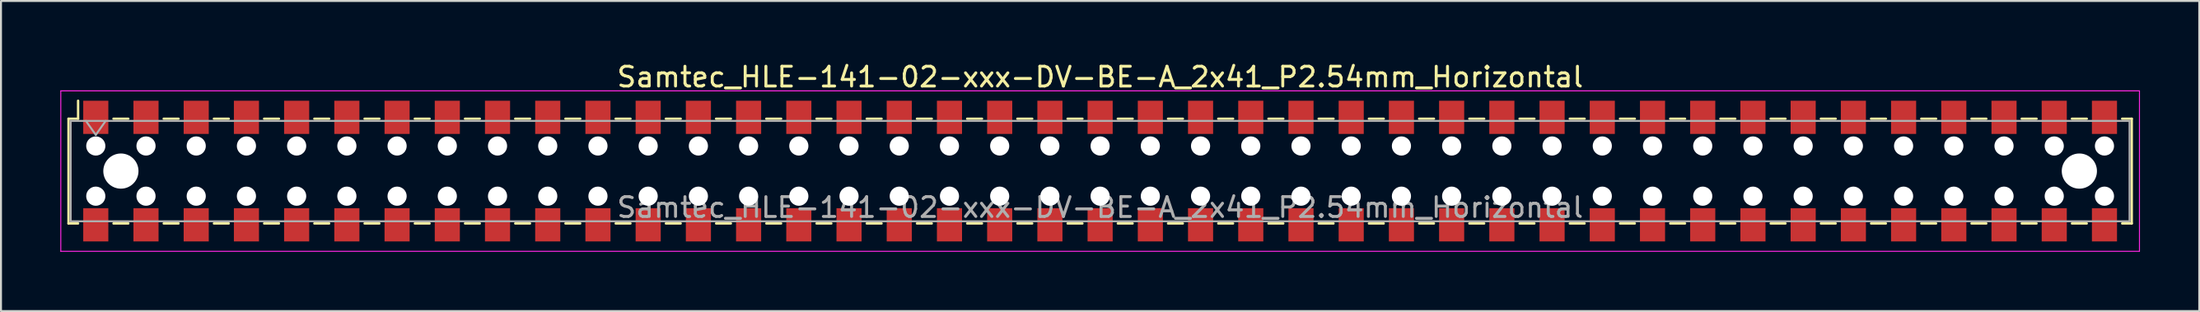
<source format=kicad_pcb>
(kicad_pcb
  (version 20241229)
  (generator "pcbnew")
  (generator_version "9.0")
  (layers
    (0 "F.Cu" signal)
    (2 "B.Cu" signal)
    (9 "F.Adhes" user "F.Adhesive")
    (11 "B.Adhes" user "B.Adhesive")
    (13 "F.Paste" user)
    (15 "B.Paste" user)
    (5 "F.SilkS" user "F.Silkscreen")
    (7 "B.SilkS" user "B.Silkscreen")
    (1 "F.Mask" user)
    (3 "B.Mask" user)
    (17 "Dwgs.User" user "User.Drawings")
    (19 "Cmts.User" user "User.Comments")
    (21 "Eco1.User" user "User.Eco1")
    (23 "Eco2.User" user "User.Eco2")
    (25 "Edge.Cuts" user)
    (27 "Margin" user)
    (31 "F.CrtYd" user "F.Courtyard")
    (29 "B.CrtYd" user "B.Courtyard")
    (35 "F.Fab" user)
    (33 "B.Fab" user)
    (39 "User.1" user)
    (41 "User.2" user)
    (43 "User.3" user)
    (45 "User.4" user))
  (footprint "Samtec_HLE-141-02-xxx-DV-BE-A_2x41_P2.54mm_Horizontal"
    (layer "F.Cu")
    (at 52.595 5.608)
    (property "Reference" "Samtec_HLE-141-02-xxx-DV-BE-A_2x41_P2.54mm_Horizontal" (at 0 -4.76 0) (layer "F.SilkS") (effects (font (size 1 1) (thickness 0.15))))
    (attr smd)
    (fp_line (start -52.18 -2.65) (end -52.18 2.65) (stroke (width 0.12) (type solid)) (layer "F.SilkS"))
    (fp_line (start -52.18 2.65) (end -51.695 2.65) (stroke (width 0.12) (type solid)) (layer "F.SilkS"))
    (fp_line (start -51.695 -3.56) (end -51.695 -2.65) (stroke (width 0.12) (type solid)) (layer "F.SilkS"))
    (fp_line (start -51.695 -2.65) (end -52.18 -2.65) (stroke (width 0.12) (type solid)) (layer "F.SilkS"))
    (fp_line (start -49.905 -2.65) (end -49.155 -2.65) (stroke (width 0.12) (type solid)) (layer "F.SilkS"))
    (fp_line (start -49.905 2.65) (end -49.155 2.65) (stroke (width 0.12) (type solid)) (layer "F.SilkS"))
    (fp_line (start -47.365 -2.65) (end -46.615 -2.65) (stroke (width 0.12) (type solid)) (layer "F.SilkS"))
    (fp_line (start -47.365 2.65) (end -46.615 2.65) (stroke (width 0.12) (type solid)) (layer "F.SilkS"))
    (fp_line (start -44.825 -2.65) (end -44.075 -2.65) (stroke (width 0.12) (type solid)) (layer "F.SilkS"))
    (fp_line (start -44.825 2.65) (end -44.075 2.65) (stroke (width 0.12) (type solid)) (layer "F.SilkS"))
    (fp_line (start -42.285 -2.65) (end -41.535 -2.65) (stroke (width 0.12) (type solid)) (layer "F.SilkS"))
    (fp_line (start -42.285 2.65) (end -41.535 2.65) (stroke (width 0.12) (type solid)) (layer "F.SilkS"))
    (fp_line (start -39.745 -2.65) (end -38.995 -2.65) (stroke (width 0.12) (type solid)) (layer "F.SilkS"))
    (fp_line (start -39.745 2.65) (end -38.995 2.65) (stroke (width 0.12) (type solid)) (layer "F.SilkS"))
    (fp_line (start -37.205 -2.65) (end -36.455 -2.65) (stroke (width 0.12) (type solid)) (layer "F.SilkS"))
    (fp_line (start -37.205 2.65) (end -36.455 2.65) (stroke (width 0.12) (type solid)) (layer "F.SilkS"))
    (fp_line (start -34.665 -2.65) (end -33.915 -2.65) (stroke (width 0.12) (type solid)) (layer "F.SilkS"))
    (fp_line (start -34.665 2.65) (end -33.915 2.65) (stroke (width 0.12) (type solid)) (layer "F.SilkS"))
    (fp_line (start -32.125 -2.65) (end -31.375 -2.65) (stroke (width 0.12) (type solid)) (layer "F.SilkS"))
    (fp_line (start -32.125 2.65) (end -31.375 2.65) (stroke (width 0.12) (type solid)) (layer "F.SilkS"))
    (fp_line (start -29.585 -2.65) (end -28.835 -2.65) (stroke (width 0.12) (type solid)) (layer "F.SilkS"))
    (fp_line (start -29.585 2.65) (end -28.835 2.65) (stroke (width 0.12) (type solid)) (layer "F.SilkS"))
    (fp_line (start -27.045 -2.65) (end -26.295 -2.65) (stroke (width 0.12) (type solid)) (layer "F.SilkS"))
    (fp_line (start -27.045 2.65) (end -26.295 2.65) (stroke (width 0.12) (type solid)) (layer "F.SilkS"))
    (fp_line (start -24.505 -2.65) (end -23.755 -2.65) (stroke (width 0.12) (type solid)) (layer "F.SilkS"))
    (fp_line (start -24.505 2.65) (end -23.755 2.65) (stroke (width 0.12) (type solid)) (layer "F.SilkS"))
    (fp_line (start -21.965 -2.65) (end -21.215 -2.65) (stroke (width 0.12) (type solid)) (layer "F.SilkS"))
    (fp_line (start -21.965 2.65) (end -21.215 2.65) (stroke (width 0.12) (type solid)) (layer "F.SilkS"))
    (fp_line (start -19.425 -2.65) (end -18.675 -2.65) (stroke (width 0.12) (type solid)) (layer "F.SilkS"))
    (fp_line (start -19.425 2.65) (end -18.675 2.65) (stroke (width 0.12) (type solid)) (layer "F.SilkS"))
    (fp_line (start -16.885 -2.65) (end -16.135 -2.65) (stroke (width 0.12) (type solid)) (layer "F.SilkS"))
    (fp_line (start -16.885 2.65) (end -16.135 2.65) (stroke (width 0.12) (type solid)) (layer "F.SilkS"))
    (fp_line (start -14.345 -2.65) (end -13.595 -2.65) (stroke (width 0.12) (type solid)) (layer "F.SilkS"))
    (fp_line (start -14.345 2.65) (end -13.595 2.65) (stroke (width 0.12) (type solid)) (layer "F.SilkS"))
    (fp_line (start -11.805 -2.65) (end -11.055 -2.65) (stroke (width 0.12) (type solid)) (layer "F.SilkS"))
    (fp_line (start -11.805 2.65) (end -11.055 2.65) (stroke (width 0.12) (type solid)) (layer "F.SilkS"))
    (fp_line (start -9.265 -2.65) (end -8.515 -2.65) (stroke (width 0.12) (type solid)) (layer "F.SilkS"))
    (fp_line (start -9.265 2.65) (end -8.515 2.65) (stroke (width 0.12) (type solid)) (layer "F.SilkS"))
    (fp_line (start -6.725 -2.65) (end -5.975 -2.65) (stroke (width 0.12) (type solid)) (layer "F.SilkS"))
    (fp_line (start -6.725 2.65) (end -5.975 2.65) (stroke (width 0.12) (type solid)) (layer "F.SilkS"))
    (fp_line (start -4.185 -2.65) (end -3.435 -2.65) (stroke (width 0.12) (type solid)) (layer "F.SilkS"))
    (fp_line (start -4.185 2.65) (end -3.435 2.65) (stroke (width 0.12) (type solid)) (layer "F.SilkS"))
    (fp_line (start -1.645 -2.65) (end -0.895 -2.65) (stroke (width 0.12) (type solid)) (layer "F.SilkS"))
    (fp_line (start -1.645 2.65) (end -0.895 2.65) (stroke (width 0.12) (type solid)) (layer "F.SilkS"))
    (fp_line (start 0.895 -2.65) (end 1.645 -2.65) (stroke (width 0.12) (type solid)) (layer "F.SilkS"))
    (fp_line (start 0.895 2.65) (end 1.645 2.65) (stroke (width 0.12) (type solid)) (layer "F.SilkS"))
    (fp_line (start 3.435 -2.65) (end 4.185 -2.65) (stroke (width 0.12) (type solid)) (layer "F.SilkS"))
    (fp_line (start 3.435 2.65) (end 4.185 2.65) (stroke (width 0.12) (type solid)) (layer "F.SilkS"))
    (fp_line (start 5.975 -2.65) (end 6.725 -2.65) (stroke (width 0.12) (type solid)) (layer "F.SilkS"))
    (fp_line (start 5.975 2.65) (end 6.725 2.65) (stroke (width 0.12) (type solid)) (layer "F.SilkS"))
    (fp_line (start 8.515 -2.65) (end 9.265 -2.65) (stroke (width 0.12) (type solid)) (layer "F.SilkS"))
    (fp_line (start 8.515 2.65) (end 9.265 2.65) (stroke (width 0.12) (type solid)) (layer "F.SilkS"))
    (fp_line (start 11.055 -2.65) (end 11.805 -2.65) (stroke (width 0.12) (type solid)) (layer "F.SilkS"))
    (fp_line (start 11.055 2.65) (end 11.805 2.65) (stroke (width 0.12) (type solid)) (layer "F.SilkS"))
    (fp_line (start 13.595 -2.65) (end 14.345 -2.65) (stroke (width 0.12) (type solid)) (layer "F.SilkS"))
    (fp_line (start 13.595 2.65) (end 14.345 2.65) (stroke (width 0.12) (type solid)) (layer "F.SilkS"))
    (fp_line (start 16.135 -2.65) (end 16.885 -2.65) (stroke (width 0.12) (type solid)) (layer "F.SilkS"))
    (fp_line (start 16.135 2.65) (end 16.885 2.65) (stroke (width 0.12) (type solid)) (layer "F.SilkS"))
    (fp_line (start 18.675 -2.65) (end 19.425 -2.65) (stroke (width 0.12) (type solid)) (layer "F.SilkS"))
    (fp_line (start 18.675 2.65) (end 19.425 2.65) (stroke (width 0.12) (type solid)) (layer "F.SilkS"))
    (fp_line (start 21.215 -2.65) (end 21.965 -2.65) (stroke (width 0.12) (type solid)) (layer "F.SilkS"))
    (fp_line (start 21.215 2.65) (end 21.965 2.65) (stroke (width 0.12) (type solid)) (layer "F.SilkS"))
    (fp_line (start 23.755 -2.65) (end 24.505 -2.65) (stroke (width 0.12) (type solid)) (layer "F.SilkS"))
    (fp_line (start 23.755 2.65) (end 24.505 2.65) (stroke (width 0.12) (type solid)) (layer "F.SilkS"))
    (fp_line (start 26.295 -2.65) (end 27.045 -2.65) (stroke (width 0.12) (type solid)) (layer "F.SilkS"))
    (fp_line (start 26.295 2.65) (end 27.045 2.65) (stroke (width 0.12) (type solid)) (layer "F.SilkS"))
    (fp_line (start 28.835 -2.65) (end 29.585 -2.65) (stroke (width 0.12) (type solid)) (layer "F.SilkS"))
    (fp_line (start 28.835 2.65) (end 29.585 2.65) (stroke (width 0.12) (type solid)) (layer "F.SilkS"))
    (fp_line (start 31.375 -2.65) (end 32.125 -2.65) (stroke (width 0.12) (type solid)) (layer "F.SilkS"))
    (fp_line (start 31.375 2.65) (end 32.125 2.65) (stroke (width 0.12) (type solid)) (layer "F.SilkS"))
    (fp_line (start 33.915 -2.65) (end 34.665 -2.65) (stroke (width 0.12) (type solid)) (layer "F.SilkS"))
    (fp_line (start 33.915 2.65) (end 34.665 2.65) (stroke (width 0.12) (type solid)) (layer "F.SilkS"))
    (fp_line (start 36.455 -2.65) (end 37.205 -2.65) (stroke (width 0.12) (type solid)) (layer "F.SilkS"))
    (fp_line (start 36.455 2.65) (end 37.205 2.65) (stroke (width 0.12) (type solid)) (layer "F.SilkS"))
    (fp_line (start 38.995 -2.65) (end 39.745 -2.65) (stroke (width 0.12) (type solid)) (layer "F.SilkS"))
    (fp_line (start 38.995 2.65) (end 39.745 2.65) (stroke (width 0.12) (type solid)) (layer "F.SilkS"))
    (fp_line (start 41.535 -2.65) (end 42.285 -2.65) (stroke (width 0.12) (type solid)) (layer "F.SilkS"))
    (fp_line (start 41.535 2.65) (end 42.285 2.65) (stroke (width 0.12) (type solid)) (layer "F.SilkS"))
    (fp_line (start 44.075 -2.65) (end 44.825 -2.65) (stroke (width 0.12) (type solid)) (layer "F.SilkS"))
    (fp_line (start 44.075 2.65) (end 44.825 2.65) (stroke (width 0.12) (type solid)) (layer "F.SilkS"))
    (fp_line (start 46.615 -2.65) (end 47.365 -2.65) (stroke (width 0.12) (type solid)) (layer "F.SilkS"))
    (fp_line (start 46.615 2.65) (end 47.365 2.65) (stroke (width 0.12) (type solid)) (layer "F.SilkS"))
    (fp_line (start 49.155 -2.65) (end 49.905 -2.65) (stroke (width 0.12) (type solid)) (layer "F.SilkS"))
    (fp_line (start 49.155 2.65) (end 49.905 2.65) (stroke (width 0.12) (type solid)) (layer "F.SilkS"))
    (fp_line (start 51.695 -2.65) (end 52.18 -2.65) (stroke (width 0.12) (type solid)) (layer "F.SilkS"))
    (fp_line (start 52.18 -2.65) (end 52.18 2.65) (stroke (width 0.12) (type solid)) (layer "F.SilkS"))
    (fp_line (start 52.18 2.65) (end 51.695 2.65) (stroke (width 0.12) (type solid)) (layer "F.SilkS"))
    (fp_line (start -52.57 -4.06) (end 52.57 -4.06) (stroke (width 0.05) (type solid)) (layer "F.CrtYd"))
    (fp_line (start -52.57 4.06) (end -52.57 -4.06) (stroke (width 0.05) (type solid)) (layer "F.CrtYd"))
    (fp_line (start 52.57 -4.06) (end 52.57 4.06) (stroke (width 0.05) (type solid)) (layer "F.CrtYd"))
    (fp_line (start 52.57 4.06) (end -52.57 4.06) (stroke (width 0.05) (type solid)) (layer "F.CrtYd"))
    (fp_line (start -52.07 -2.54) (end 52.07 -2.54) (stroke (width 0.1) (type solid)) (layer "F.Fab"))
    (fp_line (start -52.07 2.54) (end -52.07 -2.54) (stroke (width 0.1) (type solid)) (layer "F.Fab"))
    (fp_line (start -51.3 -2.54) (end -50.8 -1.833) (stroke (width 0.1) (type solid)) (layer "F.Fab"))
    (fp_line (start -50.8 -1.833) (end -50.3 -2.54) (stroke (width 0.1) (type solid)) (layer "F.Fab"))
    (fp_line (start 52.07 -2.54) (end 52.07 2.54) (stroke (width 0.1) (type solid)) (layer "F.Fab"))
    (fp_line (start 52.07 2.54) (end -52.07 2.54) (stroke (width 0.1) (type solid)) (layer "F.Fab"))
    (fp_text user "${REFERENCE}" (at 0 1.84 0) (layer "F.Fab") (effects (font (size 1 1) (thickness 0.15))))
    (pad "" np_thru_hole circle (at -50.8 -1.27) (size 0.97 0.97) (drill 0.97) (layers "*.Cu" "*.Mask"))
    (pad "" np_thru_hole circle (at -50.8 1.27) (size 0.97 0.97) (drill 0.97) (layers "*.Cu" "*.Mask"))
    (pad "" np_thru_hole circle (at -49.53 0) (size 1.78 1.78) (drill 1.78) (layers "*.Cu" "*.Mask"))
    (pad "" np_thru_hole circle (at -48.26 -1.27) (size 0.97 0.97) (drill 0.97) (layers "*.Cu" "*.Mask"))
    (pad "" np_thru_hole circle (at -48.26 1.27) (size 0.97 0.97) (drill 0.97) (layers "*.Cu" "*.Mask"))
    (pad "" np_thru_hole circle (at -45.72 -1.27) (size 0.97 0.97) (drill 0.97) (layers "*.Cu" "*.Mask"))
    (pad "" np_thru_hole circle (at -45.72 1.27) (size 0.97 0.97) (drill 0.97) (layers "*.Cu" "*.Mask"))
    (pad "" np_thru_hole circle (at -43.18 -1.27) (size 0.97 0.97) (drill 0.97) (layers "*.Cu" "*.Mask"))
    (pad "" np_thru_hole circle (at -43.18 1.27) (size 0.97 0.97) (drill 0.97) (layers "*.Cu" "*.Mask"))
    (pad "" np_thru_hole circle (at -40.64 -1.27) (size 0.97 0.97) (drill 0.97) (layers "*.Cu" "*.Mask"))
    (pad "" np_thru_hole circle (at -40.64 1.27) (size 0.97 0.97) (drill 0.97) (layers "*.Cu" "*.Mask"))
    (pad "" np_thru_hole circle (at -38.1 -1.27) (size 0.97 0.97) (drill 0.97) (layers "*.Cu" "*.Mask"))
    (pad "" np_thru_hole circle (at -38.1 1.27) (size 0.97 0.97) (drill 0.97) (layers "*.Cu" "*.Mask"))
    (pad "" np_thru_hole circle (at -35.56 -1.27) (size 0.97 0.97) (drill 0.97) (layers "*.Cu" "*.Mask"))
    (pad "" np_thru_hole circle (at -35.56 1.27) (size 0.97 0.97) (drill 0.97) (layers "*.Cu" "*.Mask"))
    (pad "" np_thru_hole circle (at -33.02 -1.27) (size 0.97 0.97) (drill 0.97) (layers "*.Cu" "*.Mask"))
    (pad "" np_thru_hole circle (at -33.02 1.27) (size 0.97 0.97) (drill 0.97) (layers "*.Cu" "*.Mask"))
    (pad "" np_thru_hole circle (at -30.48 -1.27) (size 0.97 0.97) (drill 0.97) (layers "*.Cu" "*.Mask"))
    (pad "" np_thru_hole circle (at -30.48 1.27) (size 0.97 0.97) (drill 0.97) (layers "*.Cu" "*.Mask"))
    (pad "" np_thru_hole circle (at -27.94 -1.27) (size 0.97 0.97) (drill 0.97) (layers "*.Cu" "*.Mask"))
    (pad "" np_thru_hole circle (at -27.94 1.27) (size 0.97 0.97) (drill 0.97) (layers "*.Cu" "*.Mask"))
    (pad "" np_thru_hole circle (at -25.4 -1.27) (size 0.97 0.97) (drill 0.97) (layers "*.Cu" "*.Mask"))
    (pad "" np_thru_hole circle (at -25.4 1.27) (size 0.97 0.97) (drill 0.97) (layers "*.Cu" "*.Mask"))
    (pad "" np_thru_hole circle (at -22.86 -1.27) (size 0.97 0.97) (drill 0.97) (layers "*.Cu" "*.Mask"))
    (pad "" np_thru_hole circle (at -22.86 1.27) (size 0.97 0.97) (drill 0.97) (layers "*.Cu" "*.Mask"))
    (pad "" np_thru_hole circle (at -20.32 -1.27) (size 0.97 0.97) (drill 0.97) (layers "*.Cu" "*.Mask"))
    (pad "" np_thru_hole circle (at -20.32 1.27) (size 0.97 0.97) (drill 0.97) (layers "*.Cu" "*.Mask"))
    (pad "" np_thru_hole circle (at -17.78 -1.27) (size 0.97 0.97) (drill 0.97) (layers "*.Cu" "*.Mask"))
    (pad "" np_thru_hole circle (at -17.78 1.27) (size 0.97 0.97) (drill 0.97) (layers "*.Cu" "*.Mask"))
    (pad "" np_thru_hole circle (at -15.24 -1.27) (size 0.97 0.97) (drill 0.97) (layers "*.Cu" "*.Mask"))
    (pad "" np_thru_hole circle (at -15.24 1.27) (size 0.97 0.97) (drill 0.97) (layers "*.Cu" "*.Mask"))
    (pad "" np_thru_hole circle (at -12.7 -1.27) (size 0.97 0.97) (drill 0.97) (layers "*.Cu" "*.Mask"))
    (pad "" np_thru_hole circle (at -12.7 1.27) (size 0.97 0.97) (drill 0.97) (layers "*.Cu" "*.Mask"))
    (pad "" np_thru_hole circle (at -10.16 -1.27) (size 0.97 0.97) (drill 0.97) (layers "*.Cu" "*.Mask"))
    (pad "" np_thru_hole circle (at -10.16 1.27) (size 0.97 0.97) (drill 0.97) (layers "*.Cu" "*.Mask"))
    (pad "" np_thru_hole circle (at -7.62 -1.27) (size 0.97 0.97) (drill 0.97) (layers "*.Cu" "*.Mask"))
    (pad "" np_thru_hole circle (at -7.62 1.27) (size 0.97 0.97) (drill 0.97) (layers "*.Cu" "*.Mask"))
    (pad "" np_thru_hole circle (at -5.08 -1.27) (size 0.97 0.97) (drill 0.97) (layers "*.Cu" "*.Mask"))
    (pad "" np_thru_hole circle (at -5.08 1.27) (size 0.97 0.97) (drill 0.97) (layers "*.Cu" "*.Mask"))
    (pad "" np_thru_hole circle (at -2.54 -1.27) (size 0.97 0.97) (drill 0.97) (layers "*.Cu" "*.Mask"))
    (pad "" np_thru_hole circle (at -2.54 1.27) (size 0.97 0.97) (drill 0.97) (layers "*.Cu" "*.Mask"))
    (pad "" np_thru_hole circle (at 0 -1.27) (size 0.97 0.97) (drill 0.97) (layers "*.Cu" "*.Mask"))
    (pad "" np_thru_hole circle (at 0 1.27) (size 0.97 0.97) (drill 0.97) (layers "*.Cu" "*.Mask"))
    (pad "" np_thru_hole circle (at 2.54 -1.27) (size 0.97 0.97) (drill 0.97) (layers "*.Cu" "*.Mask"))
    (pad "" np_thru_hole circle (at 2.54 1.27) (size 0.97 0.97) (drill 0.97) (layers "*.Cu" "*.Mask"))
    (pad "" np_thru_hole circle (at 5.08 -1.27) (size 0.97 0.97) (drill 0.97) (layers "*.Cu" "*.Mask"))
    (pad "" np_thru_hole circle (at 5.08 1.27) (size 0.97 0.97) (drill 0.97) (layers "*.Cu" "*.Mask"))
    (pad "" np_thru_hole circle (at 7.62 -1.27) (size 0.97 0.97) (drill 0.97) (layers "*.Cu" "*.Mask"))
    (pad "" np_thru_hole circle (at 7.62 1.27) (size 0.97 0.97) (drill 0.97) (layers "*.Cu" "*.Mask"))
    (pad "" np_thru_hole circle (at 10.16 -1.27) (size 0.97 0.97) (drill 0.97) (layers "*.Cu" "*.Mask"))
    (pad "" np_thru_hole circle (at 10.16 1.27) (size 0.97 0.97) (drill 0.97) (layers "*.Cu" "*.Mask"))
    (pad "" np_thru_hole circle (at 12.7 -1.27) (size 0.97 0.97) (drill 0.97) (layers "*.Cu" "*.Mask"))
    (pad "" np_thru_hole circle (at 12.7 1.27) (size 0.97 0.97) (drill 0.97) (layers "*.Cu" "*.Mask"))
    (pad "" np_thru_hole circle (at 15.24 -1.27) (size 0.97 0.97) (drill 0.97) (layers "*.Cu" "*.Mask"))
    (pad "" np_thru_hole circle (at 15.24 1.27) (size 0.97 0.97) (drill 0.97) (layers "*.Cu" "*.Mask"))
    (pad "" np_thru_hole circle (at 17.78 -1.27) (size 0.97 0.97) (drill 0.97) (layers "*.Cu" "*.Mask"))
    (pad "" np_thru_hole circle (at 17.78 1.27) (size 0.97 0.97) (drill 0.97) (layers "*.Cu" "*.Mask"))
    (pad "" np_thru_hole circle (at 20.32 -1.27) (size 0.97 0.97) (drill 0.97) (layers "*.Cu" "*.Mask"))
    (pad "" np_thru_hole circle (at 20.32 1.27) (size 0.97 0.97) (drill 0.97) (layers "*.Cu" "*.Mask"))
    (pad "" np_thru_hole circle (at 22.86 -1.27) (size 0.97 0.97) (drill 0.97) (layers "*.Cu" "*.Mask"))
    (pad "" np_thru_hole circle (at 22.86 1.27) (size 0.97 0.97) (drill 0.97) (layers "*.Cu" "*.Mask"))
    (pad "" np_thru_hole circle (at 25.4 -1.27) (size 0.97 0.97) (drill 0.97) (layers "*.Cu" "*.Mask"))
    (pad "" np_thru_hole circle (at 25.4 1.27) (size 0.97 0.97) (drill 0.97) (layers "*.Cu" "*.Mask"))
    (pad "" np_thru_hole circle (at 27.94 -1.27) (size 0.97 0.97) (drill 0.97) (layers "*.Cu" "*.Mask"))
    (pad "" np_thru_hole circle (at 27.94 1.27) (size 0.97 0.97) (drill 0.97) (layers "*.Cu" "*.Mask"))
    (pad "" np_thru_hole circle (at 30.48 -1.27) (size 0.97 0.97) (drill 0.97) (layers "*.Cu" "*.Mask"))
    (pad "" np_thru_hole circle (at 30.48 1.27) (size 0.97 0.97) (drill 0.97) (layers "*.Cu" "*.Mask"))
    (pad "" np_thru_hole circle (at 33.02 -1.27) (size 0.97 0.97) (drill 0.97) (layers "*.Cu" "*.Mask"))
    (pad "" np_thru_hole circle (at 33.02 1.27) (size 0.97 0.97) (drill 0.97) (layers "*.Cu" "*.Mask"))
    (pad "" np_thru_hole circle (at 35.56 -1.27) (size 0.97 0.97) (drill 0.97) (layers "*.Cu" "*.Mask"))
    (pad "" np_thru_hole circle (at 35.56 1.27) (size 0.97 0.97) (drill 0.97) (layers "*.Cu" "*.Mask"))
    (pad "" np_thru_hole circle (at 38.1 -1.27) (size 0.97 0.97) (drill 0.97) (layers "*.Cu" "*.Mask"))
    (pad "" np_thru_hole circle (at 38.1 1.27) (size 0.97 0.97) (drill 0.97) (layers "*.Cu" "*.Mask"))
    (pad "" np_thru_hole circle (at 40.64 -1.27) (size 0.97 0.97) (drill 0.97) (layers "*.Cu" "*.Mask"))
    (pad "" np_thru_hole circle (at 40.64 1.27) (size 0.97 0.97) (drill 0.97) (layers "*.Cu" "*.Mask"))
    (pad "" np_thru_hole circle (at 43.18 -1.27) (size 0.97 0.97) (drill 0.97) (layers "*.Cu" "*.Mask"))
    (pad "" np_thru_hole circle (at 43.18 1.27) (size 0.97 0.97) (drill 0.97) (layers "*.Cu" "*.Mask"))
    (pad "" np_thru_hole circle (at 45.72 -1.27) (size 0.97 0.97) (drill 0.97) (layers "*.Cu" "*.Mask"))
    (pad "" np_thru_hole circle (at 45.72 1.27) (size 0.97 0.97) (drill 0.97) (layers "*.Cu" "*.Mask"))
    (pad "" np_thru_hole circle (at 48.26 -1.27) (size 0.97 0.97) (drill 0.97) (layers "*.Cu" "*.Mask"))
    (pad "" np_thru_hole circle (at 48.26 1.27) (size 0.97 0.97) (drill 0.97) (layers "*.Cu" "*.Mask"))
    (pad "" np_thru_hole circle (at 49.53 0) (size 1.78 1.78) (drill 1.78) (layers "*.Cu" "*.Mask"))
    (pad "" np_thru_hole circle (at 50.8 -1.27) (size 0.97 0.97) (drill 0.97) (layers "*.Cu" "*.Mask"))
    (pad "" np_thru_hole circle (at 50.8 1.27) (size 0.97 0.97) (drill 0.97) (layers "*.Cu" "*.Mask"))
    (pad "1" smd rect (at -50.8 -2.72) (size 1.27 1.68) (layers "F.Cu" "F.Mask" "F.Paste"))
    (pad "2" smd rect (at -50.8 2.72) (size 1.27 1.68) (layers "F.Cu" "F.Mask" "F.Paste"))
    (pad "3" smd rect (at -48.26 -2.72) (size 1.27 1.68) (layers "F.Cu" "F.Mask" "F.Paste"))
    (pad "4" smd rect (at -48.26 2.72) (size 1.27 1.68) (layers "F.Cu" "F.Mask" "F.Paste"))
    (pad "5" smd rect (at -45.72 -2.72) (size 1.27 1.68) (layers "F.Cu" "F.Mask" "F.Paste"))
    (pad "6" smd rect (at -45.72 2.72) (size 1.27 1.68) (layers "F.Cu" "F.Mask" "F.Paste"))
    (pad "7" smd rect (at -43.18 -2.72) (size 1.27 1.68) (layers "F.Cu" "F.Mask" "F.Paste"))
    (pad "8" smd rect (at -43.18 2.72) (size 1.27 1.68) (layers "F.Cu" "F.Mask" "F.Paste"))
    (pad "9" smd rect (at -40.64 -2.72) (size 1.27 1.68) (layers "F.Cu" "F.Mask" "F.Paste"))
    (pad "10" smd rect (at -40.64 2.72) (size 1.27 1.68) (layers "F.Cu" "F.Mask" "F.Paste"))
    (pad "11" smd rect (at -38.1 -2.72) (size 1.27 1.68) (layers "F.Cu" "F.Mask" "F.Paste"))
    (pad "12" smd rect (at -38.1 2.72) (size 1.27 1.68) (layers "F.Cu" "F.Mask" "F.Paste"))
    (pad "13" smd rect (at -35.56 -2.72) (size 1.27 1.68) (layers "F.Cu" "F.Mask" "F.Paste"))
    (pad "14" smd rect (at -35.56 2.72) (size 1.27 1.68) (layers "F.Cu" "F.Mask" "F.Paste"))
    (pad "15" smd rect (at -33.02 -2.72) (size 1.27 1.68) (layers "F.Cu" "F.Mask" "F.Paste"))
    (pad "16" smd rect (at -33.02 2.72) (size 1.27 1.68) (layers "F.Cu" "F.Mask" "F.Paste"))
    (pad "17" smd rect (at -30.48 -2.72) (size 1.27 1.68) (layers "F.Cu" "F.Mask" "F.Paste"))
    (pad "18" smd rect (at -30.48 2.72) (size 1.27 1.68) (layers "F.Cu" "F.Mask" "F.Paste"))
    (pad "19" smd rect (at -27.94 -2.72) (size 1.27 1.68) (layers "F.Cu" "F.Mask" "F.Paste"))
    (pad "20" smd rect (at -27.94 2.72) (size 1.27 1.68) (layers "F.Cu" "F.Mask" "F.Paste"))
    (pad "21" smd rect (at -25.4 -2.72) (size 1.27 1.68) (layers "F.Cu" "F.Mask" "F.Paste"))
    (pad "22" smd rect (at -25.4 2.72) (size 1.27 1.68) (layers "F.Cu" "F.Mask" "F.Paste"))
    (pad "23" smd rect (at -22.86 -2.72) (size 1.27 1.68) (layers "F.Cu" "F.Mask" "F.Paste"))
    (pad "24" smd rect (at -22.86 2.72) (size 1.27 1.68) (layers "F.Cu" "F.Mask" "F.Paste"))
    (pad "25" smd rect (at -20.32 -2.72) (size 1.27 1.68) (layers "F.Cu" "F.Mask" "F.Paste"))
    (pad "26" smd rect (at -20.32 2.72) (size 1.27 1.68) (layers "F.Cu" "F.Mask" "F.Paste"))
    (pad "27" smd rect (at -17.78 -2.72) (size 1.27 1.68) (layers "F.Cu" "F.Mask" "F.Paste"))
    (pad "28" smd rect (at -17.78 2.72) (size 1.27 1.68) (layers "F.Cu" "F.Mask" "F.Paste"))
    (pad "29" smd rect (at -15.24 -2.72) (size 1.27 1.68) (layers "F.Cu" "F.Mask" "F.Paste"))
    (pad "30" smd rect (at -15.24 2.72) (size 1.27 1.68) (layers "F.Cu" "F.Mask" "F.Paste"))
    (pad "31" smd rect (at -12.7 -2.72) (size 1.27 1.68) (layers "F.Cu" "F.Mask" "F.Paste"))
    (pad "32" smd rect (at -12.7 2.72) (size 1.27 1.68) (layers "F.Cu" "F.Mask" "F.Paste"))
    (pad "33" smd rect (at -10.16 -2.72) (size 1.27 1.68) (layers "F.Cu" "F.Mask" "F.Paste"))
    (pad "34" smd rect (at -10.16 2.72) (size 1.27 1.68) (layers "F.Cu" "F.Mask" "F.Paste"))
    (pad "35" smd rect (at -7.62 -2.72) (size 1.27 1.68) (layers "F.Cu" "F.Mask" "F.Paste"))
    (pad "36" smd rect (at -7.62 2.72) (size 1.27 1.68) (layers "F.Cu" "F.Mask" "F.Paste"))
    (pad "37" smd rect (at -5.08 -2.72) (size 1.27 1.68) (layers "F.Cu" "F.Mask" "F.Paste"))
    (pad "38" smd rect (at -5.08 2.72) (size 1.27 1.68) (layers "F.Cu" "F.Mask" "F.Paste"))
    (pad "39" smd rect (at -2.54 -2.72) (size 1.27 1.68) (layers "F.Cu" "F.Mask" "F.Paste"))
    (pad "40" smd rect (at -2.54 2.72) (size 1.27 1.68) (layers "F.Cu" "F.Mask" "F.Paste"))
    (pad "41" smd rect (at 0 -2.72) (size 1.27 1.68) (layers "F.Cu" "F.Mask" "F.Paste"))
    (pad "42" smd rect (at 0 2.72) (size 1.27 1.68) (layers "F.Cu" "F.Mask" "F.Paste"))
    (pad "43" smd rect (at 2.54 -2.72) (size 1.27 1.68) (layers "F.Cu" "F.Mask" "F.Paste"))
    (pad "44" smd rect (at 2.54 2.72) (size 1.27 1.68) (layers "F.Cu" "F.Mask" "F.Paste"))
    (pad "45" smd rect (at 5.08 -2.72) (size 1.27 1.68) (layers "F.Cu" "F.Mask" "F.Paste"))
    (pad "46" smd rect (at 5.08 2.72) (size 1.27 1.68) (layers "F.Cu" "F.Mask" "F.Paste"))
    (pad "47" smd rect (at 7.62 -2.72) (size 1.27 1.68) (layers "F.Cu" "F.Mask" "F.Paste"))
    (pad "48" smd rect (at 7.62 2.72) (size 1.27 1.68) (layers "F.Cu" "F.Mask" "F.Paste"))
    (pad "49" smd rect (at 10.16 -2.72) (size 1.27 1.68) (layers "F.Cu" "F.Mask" "F.Paste"))
    (pad "50" smd rect (at 10.16 2.72) (size 1.27 1.68) (layers "F.Cu" "F.Mask" "F.Paste"))
    (pad "51" smd rect (at 12.7 -2.72) (size 1.27 1.68) (layers "F.Cu" "F.Mask" "F.Paste"))
    (pad "52" smd rect (at 12.7 2.72) (size 1.27 1.68) (layers "F.Cu" "F.Mask" "F.Paste"))
    (pad "53" smd rect (at 15.24 -2.72) (size 1.27 1.68) (layers "F.Cu" "F.Mask" "F.Paste"))
    (pad "54" smd rect (at 15.24 2.72) (size 1.27 1.68) (layers "F.Cu" "F.Mask" "F.Paste"))
    (pad "55" smd rect (at 17.78 -2.72) (size 1.27 1.68) (layers "F.Cu" "F.Mask" "F.Paste"))
    (pad "56" smd rect (at 17.78 2.72) (size 1.27 1.68) (layers "F.Cu" "F.Mask" "F.Paste"))
    (pad "57" smd rect (at 20.32 -2.72) (size 1.27 1.68) (layers "F.Cu" "F.Mask" "F.Paste"))
    (pad "58" smd rect (at 20.32 2.72) (size 1.27 1.68) (layers "F.Cu" "F.Mask" "F.Paste"))
    (pad "59" smd rect (at 22.86 -2.72) (size 1.27 1.68) (layers "F.Cu" "F.Mask" "F.Paste"))
    (pad "60" smd rect (at 22.86 2.72) (size 1.27 1.68) (layers "F.Cu" "F.Mask" "F.Paste"))
    (pad "61" smd rect (at 25.4 -2.72) (size 1.27 1.68) (layers "F.Cu" "F.Mask" "F.Paste"))
    (pad "62" smd rect (at 25.4 2.72) (size 1.27 1.68) (layers "F.Cu" "F.Mask" "F.Paste"))
    (pad "63" smd rect (at 27.94 -2.72) (size 1.27 1.68) (layers "F.Cu" "F.Mask" "F.Paste"))
    (pad "64" smd rect (at 27.94 2.72) (size 1.27 1.68) (layers "F.Cu" "F.Mask" "F.Paste"))
    (pad "65" smd rect (at 30.48 -2.72) (size 1.27 1.68) (layers "F.Cu" "F.Mask" "F.Paste"))
    (pad "66" smd rect (at 30.48 2.72) (size 1.27 1.68) (layers "F.Cu" "F.Mask" "F.Paste"))
    (pad "67" smd rect (at 33.02 -2.72) (size 1.27 1.68) (layers "F.Cu" "F.Mask" "F.Paste"))
    (pad "68" smd rect (at 33.02 2.72) (size 1.27 1.68) (layers "F.Cu" "F.Mask" "F.Paste"))
    (pad "69" smd rect (at 35.56 -2.72) (size 1.27 1.68) (layers "F.Cu" "F.Mask" "F.Paste"))
    (pad "70" smd rect (at 35.56 2.72) (size 1.27 1.68) (layers "F.Cu" "F.Mask" "F.Paste"))
    (pad "71" smd rect (at 38.1 -2.72) (size 1.27 1.68) (layers "F.Cu" "F.Mask" "F.Paste"))
    (pad "72" smd rect (at 38.1 2.72) (size 1.27 1.68) (layers "F.Cu" "F.Mask" "F.Paste"))
    (pad "73" smd rect (at 40.64 -2.72) (size 1.27 1.68) (layers "F.Cu" "F.Mask" "F.Paste"))
    (pad "74" smd rect (at 40.64 2.72) (size 1.27 1.68) (layers "F.Cu" "F.Mask" "F.Paste"))
    (pad "75" smd rect (at 43.18 -2.72) (size 1.27 1.68) (layers "F.Cu" "F.Mask" "F.Paste"))
    (pad "76" smd rect (at 43.18 2.72) (size 1.27 1.68) (layers "F.Cu" "F.Mask" "F.Paste"))
    (pad "77" smd rect (at 45.72 -2.72) (size 1.27 1.68) (layers "F.Cu" "F.Mask" "F.Paste"))
    (pad "78" smd rect (at 45.72 2.72) (size 1.27 1.68) (layers "F.Cu" "F.Mask" "F.Paste"))
    (pad "79" smd rect (at 48.26 -2.72) (size 1.27 1.68) (layers "F.Cu" "F.Mask" "F.Paste"))
    (pad "80" smd rect (at 48.26 2.72) (size 1.27 1.68) (layers "F.Cu" "F.Mask" "F.Paste"))
    (pad "81" smd rect (at 50.8 -2.72) (size 1.27 1.68) (layers "F.Cu" "F.Mask" "F.Paste"))
    (pad "82" smd rect (at 50.8 2.72) (size 1.27 1.68) (layers "F.Cu" "F.Mask" "F.Paste")))
  (gr_rect
    (start -3 -3)
    (end 108.19 12.693)
    (stroke (width 0.1) (type default))
    (fill no)
    (layer "Edge.Cuts")))
</source>
